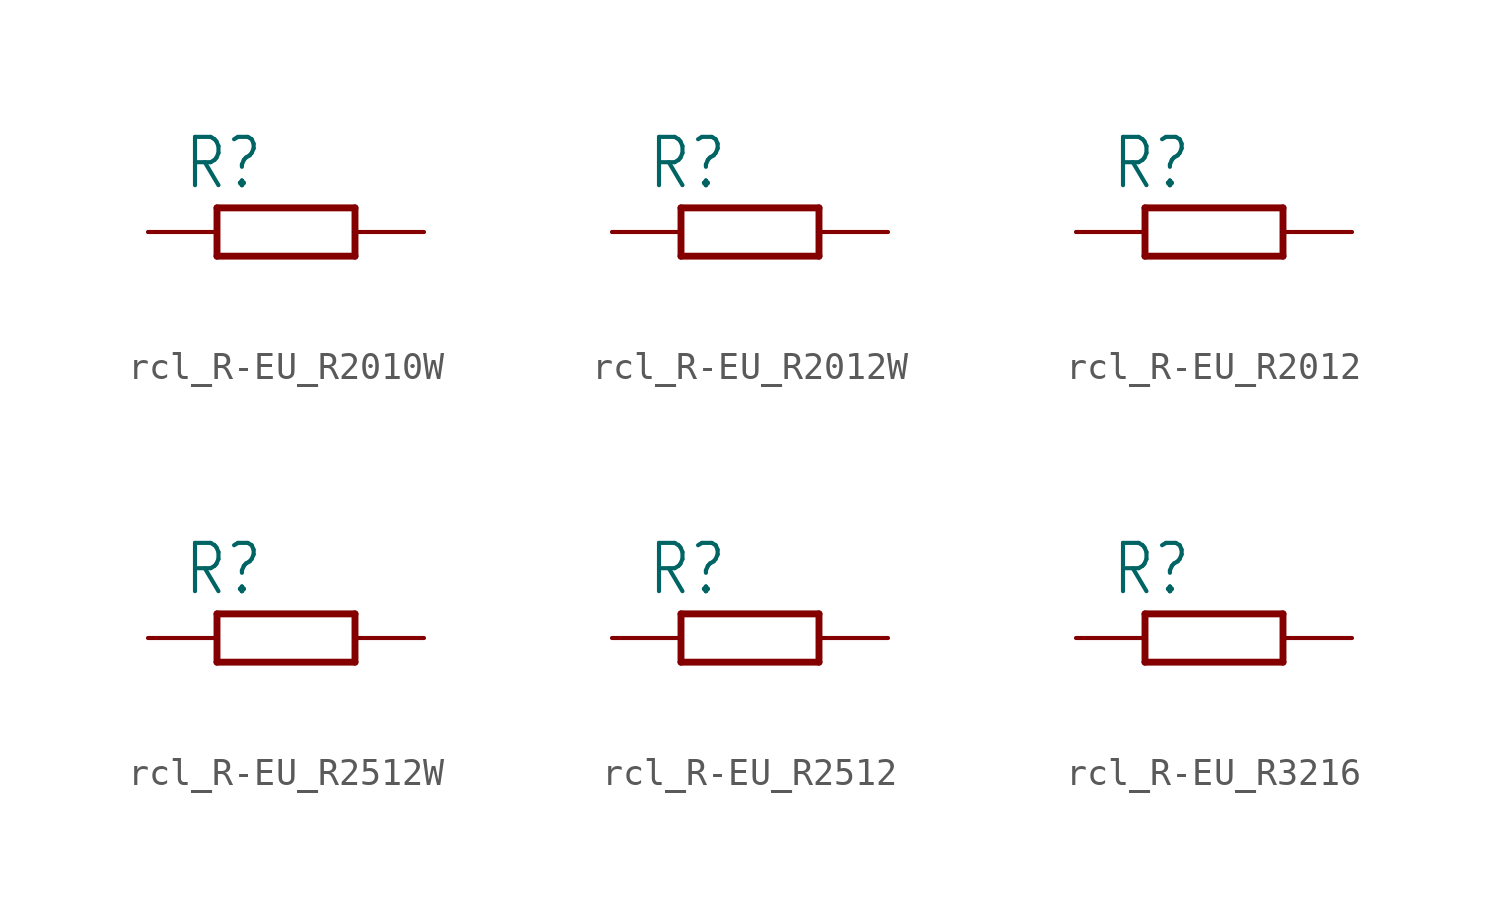
<source format=kicad_sym>
(kicad_symbol_lib
  (version 20241209)
  (generator "kicad_symbol_editor")
  (generator_version "9.0")
  (symbol "rcl_R-EU_R2010W"
    (property "Reference" "R"
      (at -3.81 1.499 0)
      (effects (font (size 1.778 1.511)) (justify left bottom)))
    (property "Value" ""
      (at -3.81 -3.302 0)
      (effects (font (size 1.778 1.511)) (justify left bottom)))
    (property "ki_locked" ""
      (at 0 0 0)
      (effects (font (size 1.27 1.27))))
    (symbol "rcl_R-EU_R2010W_1_0"
      (polyline (pts (xy -2.54 -0.889) (xy -2.54 0.889)) (stroke (width 0.254) (type solid)) (fill (type none)))
      (polyline (pts (xy -2.54 -0.889) (xy 2.54 -0.889)) (stroke (width 0.254) (type solid)) (fill (type none)))
      (polyline (pts (xy 2.54 0.889) (xy -2.54 0.889)) (stroke (width 0.254) (type solid)) (fill (type none)))
      (polyline (pts (xy 2.54 -0.889) (xy 2.54 0.889)) (stroke (width 0.254) (type solid)) (fill (type none)))
      (pin passive line (at -5.08 0 0) (length 2.54) (name "1" (effects (font (size 0 0)))) (number "1" (effects (font (size 0 0)))))
      (pin passive line (at 5.08 0 180) (length 2.54) (name "2" (effects (font (size 0 0)))) (number "2" (effects (font (size 0 0)))))))
  (symbol "rcl_R-EU_R2012W"
    (property "Reference" "R"
      (at -3.81 1.499 0)
      (effects (font (size 1.778 1.511)) (justify left bottom)))
    (property "Value" ""
      (at -3.81 -3.302 0)
      (effects (font (size 1.778 1.511)) (justify left bottom)))
    (property "ki_locked" ""
      (at 0 0 0)
      (effects (font (size 1.27 1.27))))
    (symbol "rcl_R-EU_R2012W_1_0"
      (polyline (pts (xy -2.54 -0.889) (xy -2.54 0.889)) (stroke (width 0.254) (type solid)) (fill (type none)))
      (polyline (pts (xy -2.54 -0.889) (xy 2.54 -0.889)) (stroke (width 0.254) (type solid)) (fill (type none)))
      (polyline (pts (xy 2.54 0.889) (xy -2.54 0.889)) (stroke (width 0.254) (type solid)) (fill (type none)))
      (polyline (pts (xy 2.54 -0.889) (xy 2.54 0.889)) (stroke (width 0.254) (type solid)) (fill (type none)))
      (pin passive line (at -5.08 0 0) (length 2.54) (name "1" (effects (font (size 0 0)))) (number "1" (effects (font (size 0 0)))))
      (pin passive line (at 5.08 0 180) (length 2.54) (name "2" (effects (font (size 0 0)))) (number "2" (effects (font (size 0 0)))))))
  (symbol "rcl_R-EU_R2012"
    (property "Reference" "R"
      (at -3.81 1.499 0)
      (effects (font (size 1.778 1.511)) (justify left bottom)))
    (property "Value" ""
      (at -3.81 -3.302 0)
      (effects (font (size 1.778 1.511)) (justify left bottom)))
    (symbol "rcl_R-EU_R2012_1_0"
      (polyline (pts (xy -2.54 -0.889) (xy -2.54 0.889)) (stroke (width 0.254) (type solid)) (fill (type none)))
      (polyline (pts (xy -2.54 -0.889) (xy 2.54 -0.889)) (stroke (width 0.254) (type solid)) (fill (type none)))
      (polyline (pts (xy 2.54 0.889) (xy -2.54 0.889)) (stroke (width 0.254) (type solid)) (fill (type none)))
      (polyline (pts (xy 2.54 -0.889) (xy 2.54 0.889)) (stroke (width 0.254) (type solid)) (fill (type none)))
      (pin passive line (at -5.08 0 0) (length 2.54) (name "1" (effects (font (size 0 0)))) (number "1" (effects (font (size 0 0)))))
      (pin passive line (at 5.08 0 180) (length 2.54) (name "2" (effects (font (size 0 0)))) (number "2" (effects (font (size 0 0)))))))
  (symbol "rcl_R-EU_R2512W"
    (property "Reference" "R"
      (at -3.81 1.499 0)
      (effects (font (size 1.778 1.511)) (justify left bottom)))
    (property "Value" ""
      (at -3.81 -3.302 0)
      (effects (font (size 1.778 1.511)) (justify left bottom)))
    (property "ki_locked" ""
      (at 0 0 0)
      (effects (font (size 1.27 1.27))))
    (symbol "rcl_R-EU_R2512W_1_0"
      (polyline (pts (xy -2.54 -0.889) (xy -2.54 0.889)) (stroke (width 0.254) (type solid)) (fill (type none)))
      (polyline (pts (xy -2.54 -0.889) (xy 2.54 -0.889)) (stroke (width 0.254) (type solid)) (fill (type none)))
      (polyline (pts (xy 2.54 0.889) (xy -2.54 0.889)) (stroke (width 0.254) (type solid)) (fill (type none)))
      (polyline (pts (xy 2.54 -0.889) (xy 2.54 0.889)) (stroke (width 0.254) (type solid)) (fill (type none)))
      (pin passive line (at -5.08 0 0) (length 2.54) (name "1" (effects (font (size 0 0)))) (number "1" (effects (font (size 0 0)))))
      (pin passive line (at 5.08 0 180) (length 2.54) (name "2" (effects (font (size 0 0)))) (number "2" (effects (font (size 0 0)))))))
  (symbol "rcl_R-EU_R2512"
    (property "Reference" "R"
      (at -3.81 1.499 0)
      (effects (font (size 1.778 1.511)) (justify left bottom)))
    (property "Value" ""
      (at -3.81 -3.302 0)
      (effects (font (size 1.778 1.511)) (justify left bottom)))
    (property "ki_locked" ""
      (at 0 0 0)
      (effects (font (size 1.27 1.27))))
    (symbol "rcl_R-EU_R2512_1_0"
      (polyline (pts (xy -2.54 -0.889) (xy -2.54 0.889)) (stroke (width 0.254) (type solid)) (fill (type none)))
      (polyline (pts (xy -2.54 -0.889) (xy 2.54 -0.889)) (stroke (width 0.254) (type solid)) (fill (type none)))
      (polyline (pts (xy 2.54 0.889) (xy -2.54 0.889)) (stroke (width 0.254) (type solid)) (fill (type none)))
      (polyline (pts (xy 2.54 -0.889) (xy 2.54 0.889)) (stroke (width 0.254) (type solid)) (fill (type none)))
      (pin passive line (at -5.08 0 0) (length 2.54) (name "1" (effects (font (size 0 0)))) (number "1" (effects (font (size 0 0)))))
      (pin passive line (at 5.08 0 180) (length 2.54) (name "2" (effects (font (size 0 0)))) (number "2" (effects (font (size 0 0)))))))
  (symbol "rcl_R-EU_R3216"
    (property "Reference" "R"
      (at -3.81 1.499 0)
      (effects (font (size 1.778 1.511)) (justify left bottom)))
    (property "Value" ""
      (at -3.81 -3.302 0)
      (effects (font (size 1.778 1.511)) (justify left bottom)))
    (property "ki_locked" ""
      (at 0 0 0)
      (effects (font (size 1.27 1.27))))
    (symbol "rcl_R-EU_R3216_1_0"
      (polyline (pts (xy -2.54 -0.889) (xy -2.54 0.889)) (stroke (width 0.254) (type solid)) (fill (type none)))
      (polyline (pts (xy -2.54 -0.889) (xy 2.54 -0.889)) (stroke (width 0.254) (type solid)) (fill (type none)))
      (polyline (pts (xy 2.54 0.889) (xy -2.54 0.889)) (stroke (width 0.254) (type solid)) (fill (type none)))
      (polyline (pts (xy 2.54 -0.889) (xy 2.54 0.889)) (stroke (width 0.254) (type solid)) (fill (type none)))
      (pin passive line (at -5.08 0 0) (length 2.54) (name "1" (effects (font (size 0 0)))) (number "1" (effects (font (size 0 0)))))
      (pin passive line (at 5.08 0 180) (length 2.54) (name "2" (effects (font (size 0 0)))) (number "2" (effects (font (size 0 0))))))))
</source>
